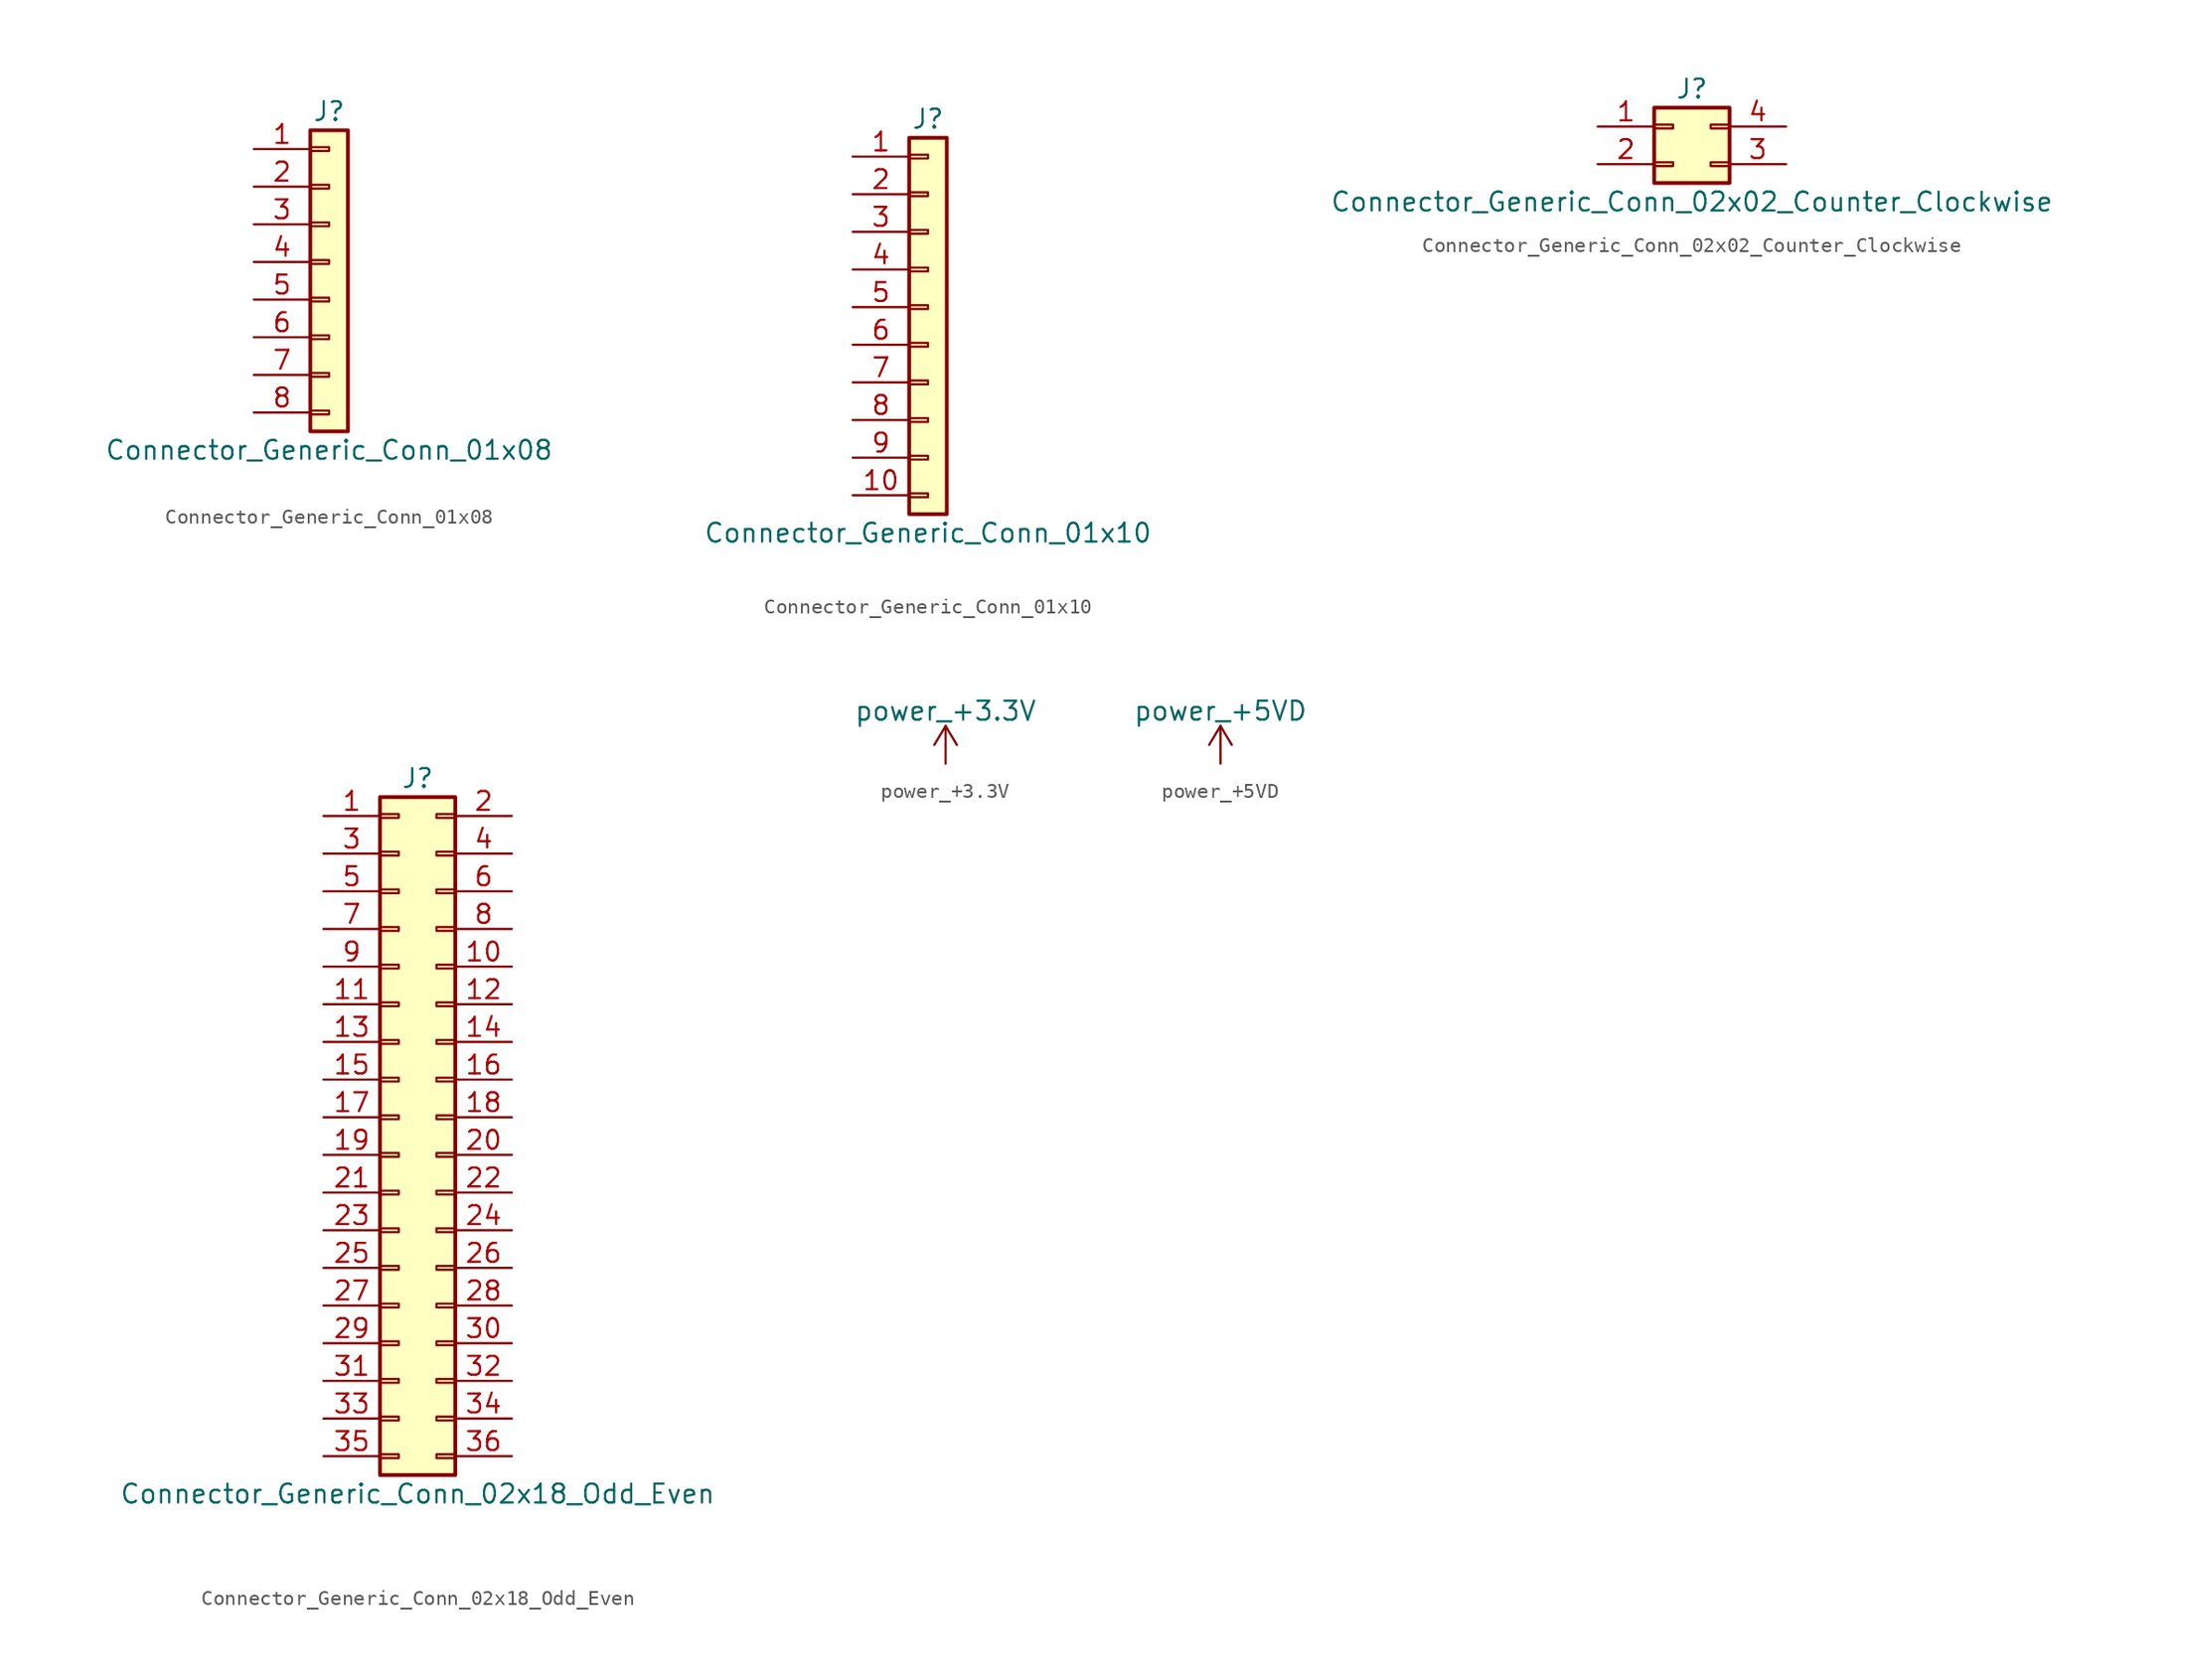
<source format=kicad_sym>
(kicad_symbol_lib
  (version 20211014)
  (generator kicad_symbol_editor)
  (symbol "Connector_Generic_Conn_01x08"
    (pin_names
      (offset 1.016) hide)
    (property "Reference" "J"
      (at 0 10.16 0)
      (effects (font (size 1.27 1.27))))
    (property "Value" "Connector_Generic_Conn_01x08"
      (at 0 -12.7 0)
      (effects (font (size 1.27 1.27))))
    (symbol "Connector_Generic_Conn_01x08_1_1"
      (rectangle (start -1.27 -10.033) (end 0 -10.287) (stroke (width 0.152) (type default) (color 0 0 0 0)) (fill (type none)))
      (rectangle (start -1.27 -7.493) (end 0 -7.747) (stroke (width 0.152) (type default) (color 0 0 0 0)) (fill (type none)))
      (rectangle (start -1.27 -4.953) (end 0 -5.207) (stroke (width 0.152) (type default) (color 0 0 0 0)) (fill (type none)))
      (rectangle (start -1.27 -2.413) (end 0 -2.667) (stroke (width 0.152) (type default) (color 0 0 0 0)) (fill (type none)))
      (rectangle (start -1.27 0.127) (end 0 -0.127) (stroke (width 0.152) (type default) (color 0 0 0 0)) (fill (type none)))
      (rectangle (start -1.27 2.667) (end 0 2.413) (stroke (width 0.152) (type default) (color 0 0 0 0)) (fill (type none)))
      (rectangle (start -1.27 5.207) (end 0 4.953) (stroke (width 0.152) (type default) (color 0 0 0 0)) (fill (type none)))
      (rectangle (start -1.27 7.747) (end 0 7.493) (stroke (width 0.152) (type default) (color 0 0 0 0)) (fill (type none)))
      (rectangle (start -1.27 8.89) (end 1.27 -11.43) (stroke (width 0.254) (type default) (color 0 0 0 0)) (fill (type background)))
      (pin passive line (at -5.08 7.62 0) (length 3.81) (name "Pin_1" (effects (font (size 1.27 1.27)))) (number "1" (effects (font (size 1.27 1.27)))))
      (pin passive line (at -5.08 5.08 0) (length 3.81) (name "Pin_2" (effects (font (size 1.27 1.27)))) (number "2" (effects (font (size 1.27 1.27)))))
      (pin passive line (at -5.08 2.54 0) (length 3.81) (name "Pin_3" (effects (font (size 1.27 1.27)))) (number "3" (effects (font (size 1.27 1.27)))))
      (pin passive line (at -5.08 0 0) (length 3.81) (name "Pin_4" (effects (font (size 1.27 1.27)))) (number "4" (effects (font (size 1.27 1.27)))))
      (pin passive line (at -5.08 -2.54 0) (length 3.81) (name "Pin_5" (effects (font (size 1.27 1.27)))) (number "5" (effects (font (size 1.27 1.27)))))
      (pin passive line (at -5.08 -5.08 0) (length 3.81) (name "Pin_6" (effects (font (size 1.27 1.27)))) (number "6" (effects (font (size 1.27 1.27)))))
      (pin passive line (at -5.08 -7.62 0) (length 3.81) (name "Pin_7" (effects (font (size 1.27 1.27)))) (number "7" (effects (font (size 1.27 1.27)))))
      (pin passive line (at -5.08 -10.16 0) (length 3.81) (name "Pin_8" (effects (font (size 1.27 1.27)))) (number "8" (effects (font (size 1.27 1.27)))))))
  (symbol "Connector_Generic_Conn_01x10"
    (pin_names
      (offset 1.016) hide)
    (property "Reference" "J"
      (at 0 12.7 0)
      (effects (font (size 1.27 1.27))))
    (property "Value" "Connector_Generic_Conn_01x10"
      (at 0 -15.24 0)
      (effects (font (size 1.27 1.27))))
    (symbol "Connector_Generic_Conn_01x10_1_1"
      (rectangle (start -1.27 -12.573) (end 0 -12.827) (stroke (width 0.152) (type default) (color 0 0 0 0)) (fill (type none)))
      (rectangle (start -1.27 -10.033) (end 0 -10.287) (stroke (width 0.152) (type default) (color 0 0 0 0)) (fill (type none)))
      (rectangle (start -1.27 -7.493) (end 0 -7.747) (stroke (width 0.152) (type default) (color 0 0 0 0)) (fill (type none)))
      (rectangle (start -1.27 -4.953) (end 0 -5.207) (stroke (width 0.152) (type default) (color 0 0 0 0)) (fill (type none)))
      (rectangle (start -1.27 -2.413) (end 0 -2.667) (stroke (width 0.152) (type default) (color 0 0 0 0)) (fill (type none)))
      (rectangle (start -1.27 0.127) (end 0 -0.127) (stroke (width 0.152) (type default) (color 0 0 0 0)) (fill (type none)))
      (rectangle (start -1.27 2.667) (end 0 2.413) (stroke (width 0.152) (type default) (color 0 0 0 0)) (fill (type none)))
      (rectangle (start -1.27 5.207) (end 0 4.953) (stroke (width 0.152) (type default) (color 0 0 0 0)) (fill (type none)))
      (rectangle (start -1.27 7.747) (end 0 7.493) (stroke (width 0.152) (type default) (color 0 0 0 0)) (fill (type none)))
      (rectangle (start -1.27 10.287) (end 0 10.033) (stroke (width 0.152) (type default) (color 0 0 0 0)) (fill (type none)))
      (rectangle (start -1.27 11.43) (end 1.27 -13.97) (stroke (width 0.254) (type default) (color 0 0 0 0)) (fill (type background)))
      (pin passive line (at -5.08 10.16 0) (length 3.81) (name "Pin_1" (effects (font (size 1.27 1.27)))) (number "1" (effects (font (size 1.27 1.27)))))
      (pin passive line (at -5.08 -12.7 0) (length 3.81) (name "Pin_10" (effects (font (size 1.27 1.27)))) (number "10" (effects (font (size 1.27 1.27)))))
      (pin passive line (at -5.08 7.62 0) (length 3.81) (name "Pin_2" (effects (font (size 1.27 1.27)))) (number "2" (effects (font (size 1.27 1.27)))))
      (pin passive line (at -5.08 5.08 0) (length 3.81) (name "Pin_3" (effects (font (size 1.27 1.27)))) (number "3" (effects (font (size 1.27 1.27)))))
      (pin passive line (at -5.08 2.54 0) (length 3.81) (name "Pin_4" (effects (font (size 1.27 1.27)))) (number "4" (effects (font (size 1.27 1.27)))))
      (pin passive line (at -5.08 0 0) (length 3.81) (name "Pin_5" (effects (font (size 1.27 1.27)))) (number "5" (effects (font (size 1.27 1.27)))))
      (pin passive line (at -5.08 -2.54 0) (length 3.81) (name "Pin_6" (effects (font (size 1.27 1.27)))) (number "6" (effects (font (size 1.27 1.27)))))
      (pin passive line (at -5.08 -5.08 0) (length 3.81) (name "Pin_7" (effects (font (size 1.27 1.27)))) (number "7" (effects (font (size 1.27 1.27)))))
      (pin passive line (at -5.08 -7.62 0) (length 3.81) (name "Pin_8" (effects (font (size 1.27 1.27)))) (number "8" (effects (font (size 1.27 1.27)))))
      (pin passive line (at -5.08 -10.16 0) (length 3.81) (name "Pin_9" (effects (font (size 1.27 1.27)))) (number "9" (effects (font (size 1.27 1.27)))))))
  (symbol "Connector_Generic_Conn_02x02_Counter_Clockwise"
    (pin_names
      (offset 1.016) hide)
    (property "Reference" "J"
      (at 1.27 2.54 0)
      (effects (font (size 1.27 1.27))))
    (property "Value" "Connector_Generic_Conn_02x02_Counter_Clockwise"
      (at 1.27 -5.08 0)
      (effects (font (size 1.27 1.27))))
    (symbol "Connector_Generic_Conn_02x02_Counter_Clockwise_1_1"
      (rectangle (start -1.27 -2.413) (end 0 -2.667) (stroke (width 0.152) (type default) (color 0 0 0 0)) (fill (type none)))
      (rectangle (start -1.27 0.127) (end 0 -0.127) (stroke (width 0.152) (type default) (color 0 0 0 0)) (fill (type none)))
      (rectangle (start -1.27 1.27) (end 3.81 -3.81) (stroke (width 0.254) (type default) (color 0 0 0 0)) (fill (type background)))
      (rectangle (start 3.81 -2.413) (end 2.54 -2.667) (stroke (width 0.152) (type default) (color 0 0 0 0)) (fill (type none)))
      (rectangle (start 3.81 0.127) (end 2.54 -0.127) (stroke (width 0.152) (type default) (color 0 0 0 0)) (fill (type none)))
      (pin passive line (at -5.08 0 0) (length 3.81) (name "Pin_1" (effects (font (size 1.27 1.27)))) (number "1" (effects (font (size 1.27 1.27)))))
      (pin passive line (at -5.08 -2.54 0) (length 3.81) (name "Pin_2" (effects (font (size 1.27 1.27)))) (number "2" (effects (font (size 1.27 1.27)))))
      (pin passive line (at 7.62 -2.54 180) (length 3.81) (name "Pin_3" (effects (font (size 1.27 1.27)))) (number "3" (effects (font (size 1.27 1.27)))))
      (pin passive line (at 7.62 0 180) (length 3.81) (name "Pin_4" (effects (font (size 1.27 1.27)))) (number "4" (effects (font (size 1.27 1.27)))))))
  (symbol "Connector_Generic_Conn_02x18_Odd_Even"
    (pin_names
      (offset 1.016) hide)
    (property "Reference" "J"
      (at 1.27 22.86 0)
      (effects (font (size 1.27 1.27))))
    (property "Value" "Connector_Generic_Conn_02x18_Odd_Even"
      (at 1.27 -25.4 0)
      (effects (font (size 1.27 1.27))))
    (symbol "Connector_Generic_Conn_02x18_Odd_Even_1_1"
      (rectangle (start -1.27 -22.733) (end 0 -22.987) (stroke (width 0.152) (type default) (color 0 0 0 0)) (fill (type none)))
      (rectangle (start -1.27 -20.193) (end 0 -20.447) (stroke (width 0.152) (type default) (color 0 0 0 0)) (fill (type none)))
      (rectangle (start -1.27 -17.653) (end 0 -17.907) (stroke (width 0.152) (type default) (color 0 0 0 0)) (fill (type none)))
      (rectangle (start -1.27 -15.113) (end 0 -15.367) (stroke (width 0.152) (type default) (color 0 0 0 0)) (fill (type none)))
      (rectangle (start -1.27 -12.573) (end 0 -12.827) (stroke (width 0.152) (type default) (color 0 0 0 0)) (fill (type none)))
      (rectangle (start -1.27 -10.033) (end 0 -10.287) (stroke (width 0.152) (type default) (color 0 0 0 0)) (fill (type none)))
      (rectangle (start -1.27 -7.493) (end 0 -7.747) (stroke (width 0.152) (type default) (color 0 0 0 0)) (fill (type none)))
      (rectangle (start -1.27 -4.953) (end 0 -5.207) (stroke (width 0.152) (type default) (color 0 0 0 0)) (fill (type none)))
      (rectangle (start -1.27 -2.413) (end 0 -2.667) (stroke (width 0.152) (type default) (color 0 0 0 0)) (fill (type none)))
      (rectangle (start -1.27 0.127) (end 0 -0.127) (stroke (width 0.152) (type default) (color 0 0 0 0)) (fill (type none)))
      (rectangle (start -1.27 2.667) (end 0 2.413) (stroke (width 0.152) (type default) (color 0 0 0 0)) (fill (type none)))
      (rectangle (start -1.27 5.207) (end 0 4.953) (stroke (width 0.152) (type default) (color 0 0 0 0)) (fill (type none)))
      (rectangle (start -1.27 7.747) (end 0 7.493) (stroke (width 0.152) (type default) (color 0 0 0 0)) (fill (type none)))
      (rectangle (start -1.27 10.287) (end 0 10.033) (stroke (width 0.152) (type default) (color 0 0 0 0)) (fill (type none)))
      (rectangle (start -1.27 12.827) (end 0 12.573) (stroke (width 0.152) (type default) (color 0 0 0 0)) (fill (type none)))
      (rectangle (start -1.27 15.367) (end 0 15.113) (stroke (width 0.152) (type default) (color 0 0 0 0)) (fill (type none)))
      (rectangle (start -1.27 17.907) (end 0 17.653) (stroke (width 0.152) (type default) (color 0 0 0 0)) (fill (type none)))
      (rectangle (start -1.27 20.447) (end 0 20.193) (stroke (width 0.152) (type default) (color 0 0 0 0)) (fill (type none)))
      (rectangle (start -1.27 21.59) (end 3.81 -24.13) (stroke (width 0.254) (type default) (color 0 0 0 0)) (fill (type background)))
      (rectangle (start 3.81 -22.733) (end 2.54 -22.987) (stroke (width 0.152) (type default) (color 0 0 0 0)) (fill (type none)))
      (rectangle (start 3.81 -20.193) (end 2.54 -20.447) (stroke (width 0.152) (type default) (color 0 0 0 0)) (fill (type none)))
      (rectangle (start 3.81 -17.653) (end 2.54 -17.907) (stroke (width 0.152) (type default) (color 0 0 0 0)) (fill (type none)))
      (rectangle (start 3.81 -15.113) (end 2.54 -15.367) (stroke (width 0.152) (type default) (color 0 0 0 0)) (fill (type none)))
      (rectangle (start 3.81 -12.573) (end 2.54 -12.827) (stroke (width 0.152) (type default) (color 0 0 0 0)) (fill (type none)))
      (rectangle (start 3.81 -10.033) (end 2.54 -10.287) (stroke (width 0.152) (type default) (color 0 0 0 0)) (fill (type none)))
      (rectangle (start 3.81 -7.493) (end 2.54 -7.747) (stroke (width 0.152) (type default) (color 0 0 0 0)) (fill (type none)))
      (rectangle (start 3.81 -4.953) (end 2.54 -5.207) (stroke (width 0.152) (type default) (color 0 0 0 0)) (fill (type none)))
      (rectangle (start 3.81 -2.413) (end 2.54 -2.667) (stroke (width 0.152) (type default) (color 0 0 0 0)) (fill (type none)))
      (rectangle (start 3.81 0.127) (end 2.54 -0.127) (stroke (width 0.152) (type default) (color 0 0 0 0)) (fill (type none)))
      (rectangle (start 3.81 2.667) (end 2.54 2.413) (stroke (width 0.152) (type default) (color 0 0 0 0)) (fill (type none)))
      (rectangle (start 3.81 5.207) (end 2.54 4.953) (stroke (width 0.152) (type default) (color 0 0 0 0)) (fill (type none)))
      (rectangle (start 3.81 7.747) (end 2.54 7.493) (stroke (width 0.152) (type default) (color 0 0 0 0)) (fill (type none)))
      (rectangle (start 3.81 10.287) (end 2.54 10.033) (stroke (width 0.152) (type default) (color 0 0 0 0)) (fill (type none)))
      (rectangle (start 3.81 12.827) (end 2.54 12.573) (stroke (width 0.152) (type default) (color 0 0 0 0)) (fill (type none)))
      (rectangle (start 3.81 15.367) (end 2.54 15.113) (stroke (width 0.152) (type default) (color 0 0 0 0)) (fill (type none)))
      (rectangle (start 3.81 17.907) (end 2.54 17.653) (stroke (width 0.152) (type default) (color 0 0 0 0)) (fill (type none)))
      (rectangle (start 3.81 20.447) (end 2.54 20.193) (stroke (width 0.152) (type default) (color 0 0 0 0)) (fill (type none)))
      (pin passive line (at -5.08 20.32 0) (length 3.81) (name "Pin_1" (effects (font (size 1.27 1.27)))) (number "1" (effects (font (size 1.27 1.27)))))
      (pin passive line (at 7.62 10.16 180) (length 3.81) (name "Pin_10" (effects (font (size 1.27 1.27)))) (number "10" (effects (font (size 1.27 1.27)))))
      (pin passive line (at -5.08 7.62 0) (length 3.81) (name "Pin_11" (effects (font (size 1.27 1.27)))) (number "11" (effects (font (size 1.27 1.27)))))
      (pin passive line (at 7.62 7.62 180) (length 3.81) (name "Pin_12" (effects (font (size 1.27 1.27)))) (number "12" (effects (font (size 1.27 1.27)))))
      (pin passive line (at -5.08 5.08 0) (length 3.81) (name "Pin_13" (effects (font (size 1.27 1.27)))) (number "13" (effects (font (size 1.27 1.27)))))
      (pin passive line (at 7.62 5.08 180) (length 3.81) (name "Pin_14" (effects (font (size 1.27 1.27)))) (number "14" (effects (font (size 1.27 1.27)))))
      (pin passive line (at -5.08 2.54 0) (length 3.81) (name "Pin_15" (effects (font (size 1.27 1.27)))) (number "15" (effects (font (size 1.27 1.27)))))
      (pin passive line (at 7.62 2.54 180) (length 3.81) (name "Pin_16" (effects (font (size 1.27 1.27)))) (number "16" (effects (font (size 1.27 1.27)))))
      (pin passive line (at -5.08 0 0) (length 3.81) (name "Pin_17" (effects (font (size 1.27 1.27)))) (number "17" (effects (font (size 1.27 1.27)))))
      (pin passive line (at 7.62 0 180) (length 3.81) (name "Pin_18" (effects (font (size 1.27 1.27)))) (number "18" (effects (font (size 1.27 1.27)))))
      (pin passive line (at -5.08 -2.54 0) (length 3.81) (name "Pin_19" (effects (font (size 1.27 1.27)))) (number "19" (effects (font (size 1.27 1.27)))))
      (pin passive line (at 7.62 20.32 180) (length 3.81) (name "Pin_2" (effects (font (size 1.27 1.27)))) (number "2" (effects (font (size 1.27 1.27)))))
      (pin passive line (at 7.62 -2.54 180) (length 3.81) (name "Pin_20" (effects (font (size 1.27 1.27)))) (number "20" (effects (font (size 1.27 1.27)))))
      (pin passive line (at -5.08 -5.08 0) (length 3.81) (name "Pin_21" (effects (font (size 1.27 1.27)))) (number "21" (effects (font (size 1.27 1.27)))))
      (pin passive line (at 7.62 -5.08 180) (length 3.81) (name "Pin_22" (effects (font (size 1.27 1.27)))) (number "22" (effects (font (size 1.27 1.27)))))
      (pin passive line (at -5.08 -7.62 0) (length 3.81) (name "Pin_23" (effects (font (size 1.27 1.27)))) (number "23" (effects (font (size 1.27 1.27)))))
      (pin passive line (at 7.62 -7.62 180) (length 3.81) (name "Pin_24" (effects (font (size 1.27 1.27)))) (number "24" (effects (font (size 1.27 1.27)))))
      (pin passive line (at -5.08 -10.16 0) (length 3.81) (name "Pin_25" (effects (font (size 1.27 1.27)))) (number "25" (effects (font (size 1.27 1.27)))))
      (pin passive line (at 7.62 -10.16 180) (length 3.81) (name "Pin_26" (effects (font (size 1.27 1.27)))) (number "26" (effects (font (size 1.27 1.27)))))
      (pin passive line (at -5.08 -12.7 0) (length 3.81) (name "Pin_27" (effects (font (size 1.27 1.27)))) (number "27" (effects (font (size 1.27 1.27)))))
      (pin passive line (at 7.62 -12.7 180) (length 3.81) (name "Pin_28" (effects (font (size 1.27 1.27)))) (number "28" (effects (font (size 1.27 1.27)))))
      (pin passive line (at -5.08 -15.24 0) (length 3.81) (name "Pin_29" (effects (font (size 1.27 1.27)))) (number "29" (effects (font (size 1.27 1.27)))))
      (pin passive line (at -5.08 17.78 0) (length 3.81) (name "Pin_3" (effects (font (size 1.27 1.27)))) (number "3" (effects (font (size 1.27 1.27)))))
      (pin passive line (at 7.62 -15.24 180) (length 3.81) (name "Pin_30" (effects (font (size 1.27 1.27)))) (number "30" (effects (font (size 1.27 1.27)))))
      (pin passive line (at -5.08 -17.78 0) (length 3.81) (name "Pin_31" (effects (font (size 1.27 1.27)))) (number "31" (effects (font (size 1.27 1.27)))))
      (pin passive line (at 7.62 -17.78 180) (length 3.81) (name "Pin_32" (effects (font (size 1.27 1.27)))) (number "32" (effects (font (size 1.27 1.27)))))
      (pin passive line (at -5.08 -20.32 0) (length 3.81) (name "Pin_33" (effects (font (size 1.27 1.27)))) (number "33" (effects (font (size 1.27 1.27)))))
      (pin passive line (at 7.62 -20.32 180) (length 3.81) (name "Pin_34" (effects (font (size 1.27 1.27)))) (number "34" (effects (font (size 1.27 1.27)))))
      (pin passive line (at -5.08 -22.86 0) (length 3.81) (name "Pin_35" (effects (font (size 1.27 1.27)))) (number "35" (effects (font (size 1.27 1.27)))))
      (pin passive line (at 7.62 -22.86 180) (length 3.81) (name "Pin_36" (effects (font (size 1.27 1.27)))) (number "36" (effects (font (size 1.27 1.27)))))
      (pin passive line (at 7.62 17.78 180) (length 3.81) (name "Pin_4" (effects (font (size 1.27 1.27)))) (number "4" (effects (font (size 1.27 1.27)))))
      (pin passive line (at -5.08 15.24 0) (length 3.81) (name "Pin_5" (effects (font (size 1.27 1.27)))) (number "5" (effects (font (size 1.27 1.27)))))
      (pin passive line (at 7.62 15.24 180) (length 3.81) (name "Pin_6" (effects (font (size 1.27 1.27)))) (number "6" (effects (font (size 1.27 1.27)))))
      (pin passive line (at -5.08 12.7 0) (length 3.81) (name "Pin_7" (effects (font (size 1.27 1.27)))) (number "7" (effects (font (size 1.27 1.27)))))
      (pin passive line (at 7.62 12.7 180) (length 3.81) (name "Pin_8" (effects (font (size 1.27 1.27)))) (number "8" (effects (font (size 1.27 1.27)))))
      (pin passive line (at -5.08 10.16 0) (length 3.81) (name "Pin_9" (effects (font (size 1.27 1.27)))) (number "9" (effects (font (size 1.27 1.27)))))))
  (symbol "power_+3.3V"
    (power)
    (pin_names
      (offset 0))
    (property "Reference" "#PWR"
      (at 0 -3.81 0)
      (effects (font (size 1.27 1.27)) hide))
    (property "Value" "power_+3.3V"
      (at 0 3.556 0)
      (effects (font (size 1.27 1.27))))
    (symbol "power_+3.3V_0_1"
      (polyline (pts (xy -0.762 1.27) (xy 0 2.54)) (stroke (width 0) (type default) (color 0 0 0 0)) (fill (type none)))
      (polyline (pts (xy 0 0) (xy 0 2.54)) (stroke (width 0) (type default) (color 0 0 0 0)) (fill (type none)))
      (polyline (pts (xy 0 2.54) (xy 0.762 1.27)) (stroke (width 0) (type default) (color 0 0 0 0)) (fill (type none))))
    (symbol "power_+3.3V_1_1"
      (pin power_in line (at 0 0 90) (length 0) hide (name "+3V3" (effects (font (size 1.27 1.27)))) (number "1" (effects (font (size 1.27 1.27)))))))
  (symbol "power_+5VD"
    (power)
    (pin_names
      (offset 0))
    (property "Reference" "#PWR"
      (at 0 -3.81 0)
      (effects (font (size 1.27 1.27)) hide))
    (property "Value" "power_+5VD"
      (at 0 3.556 0)
      (effects (font (size 1.27 1.27))))
    (symbol "power_+5VD_0_1"
      (polyline (pts (xy -0.762 1.27) (xy 0 2.54)) (stroke (width 0) (type default) (color 0 0 0 0)) (fill (type none)))
      (polyline (pts (xy 0 0) (xy 0 2.54)) (stroke (width 0) (type default) (color 0 0 0 0)) (fill (type none)))
      (polyline (pts (xy 0 2.54) (xy 0.762 1.27)) (stroke (width 0) (type default) (color 0 0 0 0)) (fill (type none))))
    (symbol "power_+5VD_1_1"
      (pin power_in line (at 0 0 90) (length 0) hide (name "+5VD" (effects (font (size 1.27 1.27)))) (number "1" (effects (font (size 1.27 1.27))))))))
</source>
